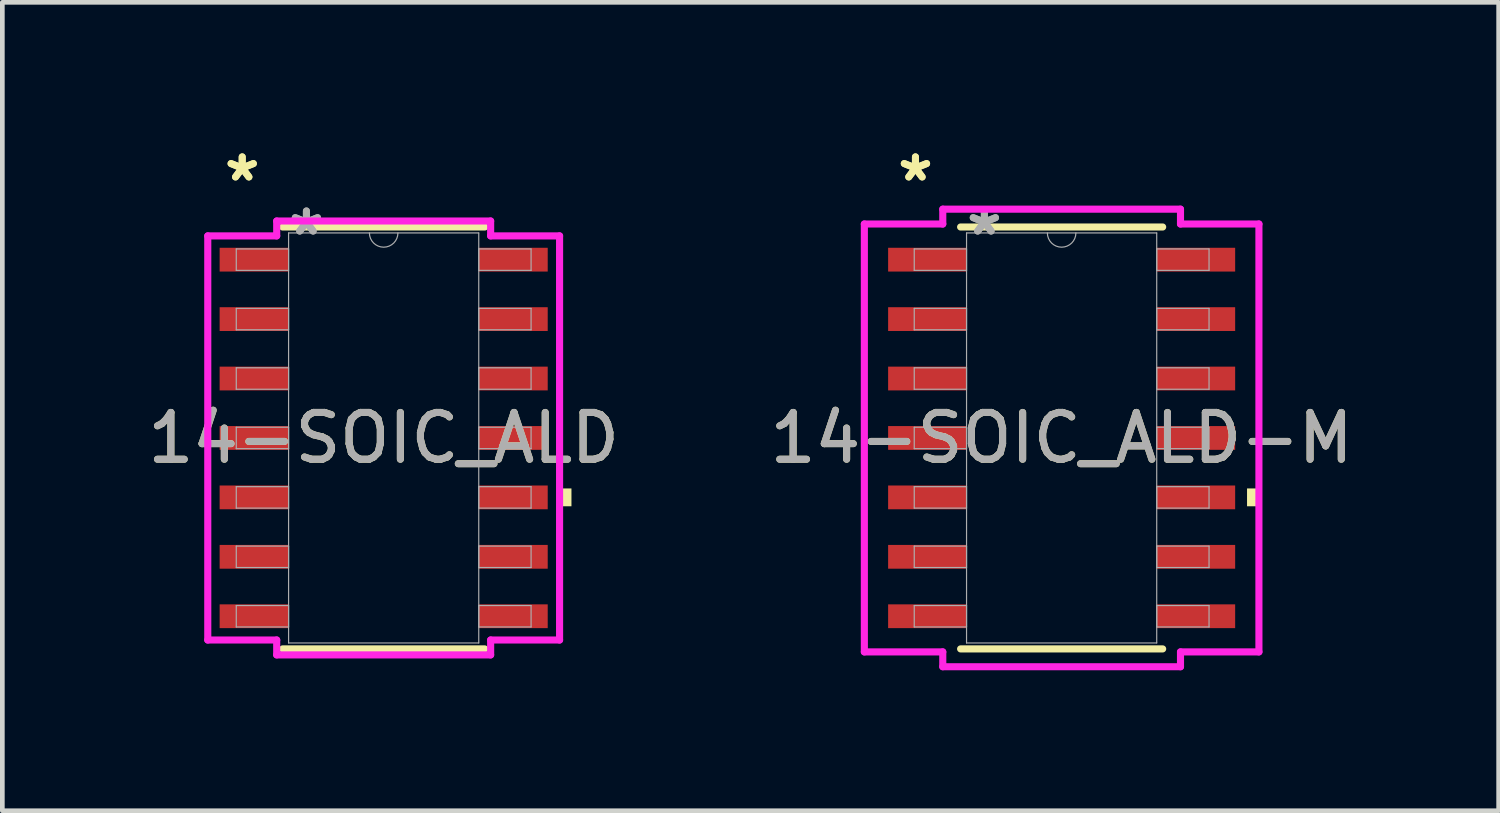
<source format=kicad_pcb>
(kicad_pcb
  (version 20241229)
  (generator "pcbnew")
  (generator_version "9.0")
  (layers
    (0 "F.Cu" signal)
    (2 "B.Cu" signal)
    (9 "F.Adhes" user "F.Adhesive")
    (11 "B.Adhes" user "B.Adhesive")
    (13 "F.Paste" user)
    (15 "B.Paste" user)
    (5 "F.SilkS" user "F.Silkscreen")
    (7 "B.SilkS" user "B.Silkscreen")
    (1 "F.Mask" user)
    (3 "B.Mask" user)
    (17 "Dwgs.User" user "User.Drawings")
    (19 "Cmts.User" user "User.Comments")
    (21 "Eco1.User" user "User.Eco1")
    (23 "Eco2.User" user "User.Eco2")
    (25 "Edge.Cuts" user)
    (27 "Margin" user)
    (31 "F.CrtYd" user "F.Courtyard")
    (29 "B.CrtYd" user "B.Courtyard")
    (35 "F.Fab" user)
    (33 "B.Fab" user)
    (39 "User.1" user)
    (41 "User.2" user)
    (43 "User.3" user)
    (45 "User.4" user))
  (footprint "14-SOIC_ALD"
    (layer "F.Cu")
    (at 5.149 6.309)
    (property "Reference" "14-SOIC_ALD" (at 0 0 0) (unlocked yes) (layer "F.SilkS") (effects (font (size 1 1) (thickness 0.15))))
    (attr smd)
    (fp_line (start -2.159 4.508) (end 2.159 4.508) (stroke (width 0.152) (type solid)) (layer "F.SilkS"))
    (fp_line (start 2.159 -4.508) (end -2.159 -4.508) (stroke (width 0.152) (type solid)) (layer "F.SilkS"))
    (fp_poly (pts (xy 4.013 1.079) (xy 4.013 1.46) (xy 3.759 1.46) (xy 3.759 1.079)) (stroke (width 0) (type solid)) (fill yes) (layer "F.SilkS"))
    (fp_line (start -3.759 -4.318) (end -2.286 -4.318) (stroke (width 0.152) (type solid)) (layer "F.CrtYd"))
    (fp_line (start -3.759 4.318) (end -3.759 -4.318) (stroke (width 0.152) (type solid)) (layer "F.CrtYd"))
    (fp_line (start -3.759 4.318) (end -2.286 4.318) (stroke (width 0.152) (type solid)) (layer "F.CrtYd"))
    (fp_line (start -2.286 -4.636) (end 2.286 -4.636) (stroke (width 0.152) (type solid)) (layer "F.CrtYd"))
    (fp_line (start -2.286 -4.318) (end -2.286 -4.636) (stroke (width 0.152) (type solid)) (layer "F.CrtYd"))
    (fp_line (start -2.286 4.636) (end -2.286 4.318) (stroke (width 0.152) (type solid)) (layer "F.CrtYd"))
    (fp_line (start 2.286 -4.636) (end 2.286 -4.318) (stroke (width 0.152) (type solid)) (layer "F.CrtYd"))
    (fp_line (start 2.286 4.318) (end 2.286 4.636) (stroke (width 0.152) (type solid)) (layer "F.CrtYd"))
    (fp_line (start 2.286 4.636) (end -2.286 4.636) (stroke (width 0.152) (type solid)) (layer "F.CrtYd"))
    (fp_line (start 3.759 -4.318) (end 2.286 -4.318) (stroke (width 0.152) (type solid)) (layer "F.CrtYd"))
    (fp_line (start 3.759 -4.318) (end 3.759 4.318) (stroke (width 0.152) (type solid)) (layer "F.CrtYd"))
    (fp_line (start 3.759 4.318) (end 2.286 4.318) (stroke (width 0.152) (type solid)) (layer "F.CrtYd"))
    (fp_line (start -3.15 -4.039) (end -3.15 -3.581) (stroke (width 0.025) (type solid)) (layer "F.Fab"))
    (fp_line (start -3.15 -3.581) (end -2.032 -3.581) (stroke (width 0.025) (type solid)) (layer "F.Fab"))
    (fp_line (start -3.15 -2.769) (end -3.15 -2.311) (stroke (width 0.025) (type solid)) (layer "F.Fab"))
    (fp_line (start -3.15 -2.311) (end -2.032 -2.311) (stroke (width 0.025) (type solid)) (layer "F.Fab"))
    (fp_line (start -3.15 -1.499) (end -3.15 -1.041) (stroke (width 0.025) (type solid)) (layer "F.Fab"))
    (fp_line (start -3.15 -1.041) (end -2.032 -1.041) (stroke (width 0.025) (type solid)) (layer "F.Fab"))
    (fp_line (start -3.15 -0.229) (end -3.15 0.229) (stroke (width 0.025) (type solid)) (layer "F.Fab"))
    (fp_line (start -3.15 0.229) (end -2.032 0.229) (stroke (width 0.025) (type solid)) (layer "F.Fab"))
    (fp_line (start -3.15 1.041) (end -3.15 1.499) (stroke (width 0.025) (type solid)) (layer "F.Fab"))
    (fp_line (start -3.15 1.499) (end -2.032 1.499) (stroke (width 0.025) (type solid)) (layer "F.Fab"))
    (fp_line (start -3.15 2.311) (end -3.15 2.769) (stroke (width 0.025) (type solid)) (layer "F.Fab"))
    (fp_line (start -3.15 2.769) (end -2.032 2.769) (stroke (width 0.025) (type solid)) (layer "F.Fab"))
    (fp_line (start -3.15 3.581) (end -3.15 4.039) (stroke (width 0.025) (type solid)) (layer "F.Fab"))
    (fp_line (start -3.15 4.039) (end -2.032 4.039) (stroke (width 0.025) (type solid)) (layer "F.Fab"))
    (fp_line (start -2.032 -4.381) (end -2.032 4.381) (stroke (width 0.025) (type solid)) (layer "F.Fab"))
    (fp_line (start -2.032 -4.039) (end -3.15 -4.039) (stroke (width 0.025) (type solid)) (layer "F.Fab"))
    (fp_line (start -2.032 -3.581) (end -2.032 -4.039) (stroke (width 0.025) (type solid)) (layer "F.Fab"))
    (fp_line (start -2.032 -2.769) (end -3.15 -2.769) (stroke (width 0.025) (type solid)) (layer "F.Fab"))
    (fp_line (start -2.032 -2.311) (end -2.032 -2.769) (stroke (width 0.025) (type solid)) (layer "F.Fab"))
    (fp_line (start -2.032 -1.499) (end -3.15 -1.499) (stroke (width 0.025) (type solid)) (layer "F.Fab"))
    (fp_line (start -2.032 -1.041) (end -2.032 -1.499) (stroke (width 0.025) (type solid)) (layer "F.Fab"))
    (fp_line (start -2.032 -0.229) (end -3.15 -0.229) (stroke (width 0.025) (type solid)) (layer "F.Fab"))
    (fp_line (start -2.032 0.229) (end -2.032 -0.229) (stroke (width 0.025) (type solid)) (layer "F.Fab"))
    (fp_line (start -2.032 1.041) (end -3.15 1.041) (stroke (width 0.025) (type solid)) (layer "F.Fab"))
    (fp_line (start -2.032 1.499) (end -2.032 1.041) (stroke (width 0.025) (type solid)) (layer "F.Fab"))
    (fp_line (start -2.032 2.311) (end -3.15 2.311) (stroke (width 0.025) (type solid)) (layer "F.Fab"))
    (fp_line (start -2.032 2.769) (end -2.032 2.311) (stroke (width 0.025) (type solid)) (layer "F.Fab"))
    (fp_line (start -2.032 3.581) (end -3.15 3.581) (stroke (width 0.025) (type solid)) (layer "F.Fab"))
    (fp_line (start -2.032 4.039) (end -2.032 3.581) (stroke (width 0.025) (type solid)) (layer "F.Fab"))
    (fp_line (start -2.032 4.381) (end 2.032 4.381) (stroke (width 0.025) (type solid)) (layer "F.Fab"))
    (fp_line (start 2.032 -4.381) (end -2.032 -4.381) (stroke (width 0.025) (type solid)) (layer "F.Fab"))
    (fp_line (start 2.032 -4.039) (end 2.032 -3.581) (stroke (width 0.025) (type solid)) (layer "F.Fab"))
    (fp_line (start 2.032 -3.581) (end 3.15 -3.581) (stroke (width 0.025) (type solid)) (layer "F.Fab"))
    (fp_line (start 2.032 -2.769) (end 2.032 -2.311) (stroke (width 0.025) (type solid)) (layer "F.Fab"))
    (fp_line (start 2.032 -2.311) (end 3.15 -2.311) (stroke (width 0.025) (type solid)) (layer "F.Fab"))
    (fp_line (start 2.032 -1.499) (end 2.032 -1.041) (stroke (width 0.025) (type solid)) (layer "F.Fab"))
    (fp_line (start 2.032 -1.041) (end 3.15 -1.041) (stroke (width 0.025) (type solid)) (layer "F.Fab"))
    (fp_line (start 2.032 -0.229) (end 2.032 0.229) (stroke (width 0.025) (type solid)) (layer "F.Fab"))
    (fp_line (start 2.032 0.229) (end 3.15 0.229) (stroke (width 0.025) (type solid)) (layer "F.Fab"))
    (fp_line (start 2.032 1.041) (end 2.032 1.499) (stroke (width 0.025) (type solid)) (layer "F.Fab"))
    (fp_line (start 2.032 1.499) (end 3.15 1.499) (stroke (width 0.025) (type solid)) (layer "F.Fab"))
    (fp_line (start 2.032 2.311) (end 2.032 2.769) (stroke (width 0.025) (type solid)) (layer "F.Fab"))
    (fp_line (start 2.032 2.769) (end 3.15 2.769) (stroke (width 0.025) (type solid)) (layer "F.Fab"))
    (fp_line (start 2.032 3.581) (end 2.032 4.039) (stroke (width 0.025) (type solid)) (layer "F.Fab"))
    (fp_line (start 2.032 4.039) (end 3.15 4.039) (stroke (width 0.025) (type solid)) (layer "F.Fab"))
    (fp_line (start 2.032 4.381) (end 2.032 -4.381) (stroke (width 0.025) (type solid)) (layer "F.Fab"))
    (fp_line (start 3.15 -4.039) (end 2.032 -4.039) (stroke (width 0.025) (type solid)) (layer "F.Fab"))
    (fp_line (start 3.15 -3.581) (end 3.15 -4.039) (stroke (width 0.025) (type solid)) (layer "F.Fab"))
    (fp_line (start 3.15 -2.769) (end 2.032 -2.769) (stroke (width 0.025) (type solid)) (layer "F.Fab"))
    (fp_line (start 3.15 -2.311) (end 3.15 -2.769) (stroke (width 0.025) (type solid)) (layer "F.Fab"))
    (fp_line (start 3.15 -1.499) (end 2.032 -1.499) (stroke (width 0.025) (type solid)) (layer "F.Fab"))
    (fp_line (start 3.15 -1.041) (end 3.15 -1.499) (stroke (width 0.025) (type solid)) (layer "F.Fab"))
    (fp_line (start 3.15 -0.229) (end 2.032 -0.229) (stroke (width 0.025) (type solid)) (layer "F.Fab"))
    (fp_line (start 3.15 0.229) (end 3.15 -0.229) (stroke (width 0.025) (type solid)) (layer "F.Fab"))
    (fp_line (start 3.15 1.041) (end 2.032 1.041) (stroke (width 0.025) (type solid)) (layer "F.Fab"))
    (fp_line (start 3.15 1.499) (end 3.15 1.041) (stroke (width 0.025) (type solid)) (layer "F.Fab"))
    (fp_line (start 3.15 2.311) (end 2.032 2.311) (stroke (width 0.025) (type solid)) (layer "F.Fab"))
    (fp_line (start 3.15 2.769) (end 3.15 2.311) (stroke (width 0.025) (type solid)) (layer "F.Fab"))
    (fp_line (start 3.15 3.581) (end 2.032 3.581) (stroke (width 0.025) (type solid)) (layer "F.Fab"))
    (fp_line (start 3.15 4.039) (end 3.15 3.581) (stroke (width 0.025) (type solid)) (layer "F.Fab"))
    (fp_arc (start 0.3048 -4.3815) (mid 0 -4.0767) (end -0.3048 -4.3815) (stroke (width 0.0254) (type solid)) (layer "F.Fab"))
    (fp_text user "*" (at -3.023 -5.461 0) (layer "F.SilkS") (effects (font (size 1 1) (thickness 0.15))))
    (fp_text user "*" (at -3.023 -5.461 0) (unlocked yes) (layer "F.SilkS") (effects (font (size 1 1) (thickness 0.15))))
    (fp_text user "*" (at -1.651 -4.305 0) (unlocked yes) (layer "F.Fab") (effects (font (size 1 1) (thickness 0.15))))
    (fp_text user "${REFERENCE}" (at 0 0 0) (unlocked yes) (layer "F.Fab") (effects (font (size 1 1) (thickness 0.15))))
    (fp_text user "*" (at -1.651 -4.305 0) (layer "F.Fab") (effects (font (size 1 1) (thickness 0.15))))
    (pad "1" smd rect (at -2.769 -3.81) (size 1.473 0.508) (layers "F.Cu" "F.Mask" "F.Paste"))
    (pad "2" smd rect (at -2.769 -2.54) (size 1.473 0.508) (layers "F.Cu" "F.Mask" "F.Paste"))
    (pad "3" smd rect (at -2.769 -1.27) (size 1.473 0.508) (layers "F.Cu" "F.Mask" "F.Paste"))
    (pad "4" smd rect (at -2.769 0) (size 1.473 0.508) (layers "F.Cu" "F.Mask" "F.Paste"))
    (pad "5" smd rect (at -2.769 1.27) (size 1.473 0.508) (layers "F.Cu" "F.Mask" "F.Paste"))
    (pad "6" smd rect (at -2.769 2.54) (size 1.473 0.508) (layers "F.Cu" "F.Mask" "F.Paste"))
    (pad "7" smd rect (at -2.769 3.81) (size 1.473 0.508) (layers "F.Cu" "F.Mask" "F.Paste"))
    (pad "8" smd rect (at 2.769 3.81) (size 1.473 0.508) (layers "F.Cu" "F.Mask" "F.Paste"))
    (pad "9" smd rect (at 2.769 2.54) (size 1.473 0.508) (layers "F.Cu" "F.Mask" "F.Paste"))
    (pad "10" smd rect (at 2.769 1.27) (size 1.473 0.508) (layers "F.Cu" "F.Mask" "F.Paste"))
    (pad "11" smd rect (at 2.769 0) (size 1.473 0.508) (layers "F.Cu" "F.Mask" "F.Paste"))
    (pad "12" smd rect (at 2.769 -1.27) (size 1.473 0.508) (layers "F.Cu" "F.Mask" "F.Paste"))
    (pad "13" smd rect (at 2.769 -2.54) (size 1.473 0.508) (layers "F.Cu" "F.Mask" "F.Paste"))
    (pad "14" smd rect (at 2.769 -3.81) (size 1.473 0.508) (layers "F.Cu" "F.Mask" "F.Paste")))
  (footprint "14-SOIC_ALD-M"
    (layer "F.Cu")
    (at 19.637 6.309)
    (property "Reference" "14-SOIC_ALD-M" (at 0 0 0) (unlocked yes) (layer "F.SilkS") (effects (font (size 1 1) (thickness 0.15))))
    (attr smd)
    (fp_line (start -2.159 4.508) (end 2.159 4.508) (stroke (width 0.152) (type solid)) (layer "F.SilkS"))
    (fp_line (start 2.159 -4.508) (end -2.159 -4.508) (stroke (width 0.152) (type solid)) (layer "F.SilkS"))
    (fp_poly (pts (xy 4.216 1.079) (xy 4.216 1.46) (xy 3.962 1.46) (xy 3.962 1.079)) (stroke (width 0) (type solid)) (fill yes) (layer "F.SilkS"))
    (fp_line (start -4.216 -4.572) (end -2.54 -4.572) (stroke (width 0.152) (type solid)) (layer "F.CrtYd"))
    (fp_line (start -4.216 4.572) (end -4.216 -4.572) (stroke (width 0.152) (type solid)) (layer "F.CrtYd"))
    (fp_line (start -4.216 4.572) (end -2.54 4.572) (stroke (width 0.152) (type solid)) (layer "F.CrtYd"))
    (fp_line (start -2.54 -4.889) (end 2.54 -4.889) (stroke (width 0.152) (type solid)) (layer "F.CrtYd"))
    (fp_line (start -2.54 -4.572) (end -2.54 -4.889) (stroke (width 0.152) (type solid)) (layer "F.CrtYd"))
    (fp_line (start -2.54 4.889) (end -2.54 4.572) (stroke (width 0.152) (type solid)) (layer "F.CrtYd"))
    (fp_line (start 2.54 -4.889) (end 2.54 -4.572) (stroke (width 0.152) (type solid)) (layer "F.CrtYd"))
    (fp_line (start 2.54 4.572) (end 2.54 4.889) (stroke (width 0.152) (type solid)) (layer "F.CrtYd"))
    (fp_line (start 2.54 4.889) (end -2.54 4.889) (stroke (width 0.152) (type solid)) (layer "F.CrtYd"))
    (fp_line (start 4.216 -4.572) (end 2.54 -4.572) (stroke (width 0.152) (type solid)) (layer "F.CrtYd"))
    (fp_line (start 4.216 -4.572) (end 4.216 4.572) (stroke (width 0.152) (type solid)) (layer "F.CrtYd"))
    (fp_line (start 4.216 4.572) (end 2.54 4.572) (stroke (width 0.152) (type solid)) (layer "F.CrtYd"))
    (fp_line (start -3.15 -4.039) (end -3.15 -3.581) (stroke (width 0.025) (type solid)) (layer "F.Fab"))
    (fp_line (start -3.15 -3.581) (end -2.032 -3.581) (stroke (width 0.025) (type solid)) (layer "F.Fab"))
    (fp_line (start -3.15 -2.769) (end -3.15 -2.311) (stroke (width 0.025) (type solid)) (layer "F.Fab"))
    (fp_line (start -3.15 -2.311) (end -2.032 -2.311) (stroke (width 0.025) (type solid)) (layer "F.Fab"))
    (fp_line (start -3.15 -1.499) (end -3.15 -1.041) (stroke (width 0.025) (type solid)) (layer "F.Fab"))
    (fp_line (start -3.15 -1.041) (end -2.032 -1.041) (stroke (width 0.025) (type solid)) (layer "F.Fab"))
    (fp_line (start -3.15 -0.229) (end -3.15 0.229) (stroke (width 0.025) (type solid)) (layer "F.Fab"))
    (fp_line (start -3.15 0.229) (end -2.032 0.229) (stroke (width 0.025) (type solid)) (layer "F.Fab"))
    (fp_line (start -3.15 1.041) (end -3.15 1.499) (stroke (width 0.025) (type solid)) (layer "F.Fab"))
    (fp_line (start -3.15 1.499) (end -2.032 1.499) (stroke (width 0.025) (type solid)) (layer "F.Fab"))
    (fp_line (start -3.15 2.311) (end -3.15 2.769) (stroke (width 0.025) (type solid)) (layer "F.Fab"))
    (fp_line (start -3.15 2.769) (end -2.032 2.769) (stroke (width 0.025) (type solid)) (layer "F.Fab"))
    (fp_line (start -3.15 3.581) (end -3.15 4.039) (stroke (width 0.025) (type solid)) (layer "F.Fab"))
    (fp_line (start -3.15 4.039) (end -2.032 4.039) (stroke (width 0.025) (type solid)) (layer "F.Fab"))
    (fp_line (start -2.032 -4.381) (end -2.032 4.381) (stroke (width 0.025) (type solid)) (layer "F.Fab"))
    (fp_line (start -2.032 -4.039) (end -3.15 -4.039) (stroke (width 0.025) (type solid)) (layer "F.Fab"))
    (fp_line (start -2.032 -3.581) (end -2.032 -4.039) (stroke (width 0.025) (type solid)) (layer "F.Fab"))
    (fp_line (start -2.032 -2.769) (end -3.15 -2.769) (stroke (width 0.025) (type solid)) (layer "F.Fab"))
    (fp_line (start -2.032 -2.311) (end -2.032 -2.769) (stroke (width 0.025) (type solid)) (layer "F.Fab"))
    (fp_line (start -2.032 -1.499) (end -3.15 -1.499) (stroke (width 0.025) (type solid)) (layer "F.Fab"))
    (fp_line (start -2.032 -1.041) (end -2.032 -1.499) (stroke (width 0.025) (type solid)) (layer "F.Fab"))
    (fp_line (start -2.032 -0.229) (end -3.15 -0.229) (stroke (width 0.025) (type solid)) (layer "F.Fab"))
    (fp_line (start -2.032 0.229) (end -2.032 -0.229) (stroke (width 0.025) (type solid)) (layer "F.Fab"))
    (fp_line (start -2.032 1.041) (end -3.15 1.041) (stroke (width 0.025) (type solid)) (layer "F.Fab"))
    (fp_line (start -2.032 1.499) (end -2.032 1.041) (stroke (width 0.025) (type solid)) (layer "F.Fab"))
    (fp_line (start -2.032 2.311) (end -3.15 2.311) (stroke (width 0.025) (type solid)) (layer "F.Fab"))
    (fp_line (start -2.032 2.769) (end -2.032 2.311) (stroke (width 0.025) (type solid)) (layer "F.Fab"))
    (fp_line (start -2.032 3.581) (end -3.15 3.581) (stroke (width 0.025) (type solid)) (layer "F.Fab"))
    (fp_line (start -2.032 4.039) (end -2.032 3.581) (stroke (width 0.025) (type solid)) (layer "F.Fab"))
    (fp_line (start -2.032 4.381) (end 2.032 4.381) (stroke (width 0.025) (type solid)) (layer "F.Fab"))
    (fp_line (start 2.032 -4.381) (end -2.032 -4.381) (stroke (width 0.025) (type solid)) (layer "F.Fab"))
    (fp_line (start 2.032 -4.039) (end 2.032 -3.581) (stroke (width 0.025) (type solid)) (layer "F.Fab"))
    (fp_line (start 2.032 -3.581) (end 3.15 -3.581) (stroke (width 0.025) (type solid)) (layer "F.Fab"))
    (fp_line (start 2.032 -2.769) (end 2.032 -2.311) (stroke (width 0.025) (type solid)) (layer "F.Fab"))
    (fp_line (start 2.032 -2.311) (end 3.15 -2.311) (stroke (width 0.025) (type solid)) (layer "F.Fab"))
    (fp_line (start 2.032 -1.499) (end 2.032 -1.041) (stroke (width 0.025) (type solid)) (layer "F.Fab"))
    (fp_line (start 2.032 -1.041) (end 3.15 -1.041) (stroke (width 0.025) (type solid)) (layer "F.Fab"))
    (fp_line (start 2.032 -0.229) (end 2.032 0.229) (stroke (width 0.025) (type solid)) (layer "F.Fab"))
    (fp_line (start 2.032 0.229) (end 3.15 0.229) (stroke (width 0.025) (type solid)) (layer "F.Fab"))
    (fp_line (start 2.032 1.041) (end 2.032 1.499) (stroke (width 0.025) (type solid)) (layer "F.Fab"))
    (fp_line (start 2.032 1.499) (end 3.15 1.499) (stroke (width 0.025) (type solid)) (layer "F.Fab"))
    (fp_line (start 2.032 2.311) (end 2.032 2.769) (stroke (width 0.025) (type solid)) (layer "F.Fab"))
    (fp_line (start 2.032 2.769) (end 3.15 2.769) (stroke (width 0.025) (type solid)) (layer "F.Fab"))
    (fp_line (start 2.032 3.581) (end 2.032 4.039) (stroke (width 0.025) (type solid)) (layer "F.Fab"))
    (fp_line (start 2.032 4.039) (end 3.15 4.039) (stroke (width 0.025) (type solid)) (layer "F.Fab"))
    (fp_line (start 2.032 4.381) (end 2.032 -4.381) (stroke (width 0.025) (type solid)) (layer "F.Fab"))
    (fp_line (start 3.15 -4.039) (end 2.032 -4.039) (stroke (width 0.025) (type solid)) (layer "F.Fab"))
    (fp_line (start 3.15 -3.581) (end 3.15 -4.039) (stroke (width 0.025) (type solid)) (layer "F.Fab"))
    (fp_line (start 3.15 -2.769) (end 2.032 -2.769) (stroke (width 0.025) (type solid)) (layer "F.Fab"))
    (fp_line (start 3.15 -2.311) (end 3.15 -2.769) (stroke (width 0.025) (type solid)) (layer "F.Fab"))
    (fp_line (start 3.15 -1.499) (end 2.032 -1.499) (stroke (width 0.025) (type solid)) (layer "F.Fab"))
    (fp_line (start 3.15 -1.041) (end 3.15 -1.499) (stroke (width 0.025) (type solid)) (layer "F.Fab"))
    (fp_line (start 3.15 -0.229) (end 2.032 -0.229) (stroke (width 0.025) (type solid)) (layer "F.Fab"))
    (fp_line (start 3.15 0.229) (end 3.15 -0.229) (stroke (width 0.025) (type solid)) (layer "F.Fab"))
    (fp_line (start 3.15 1.041) (end 2.032 1.041) (stroke (width 0.025) (type solid)) (layer "F.Fab"))
    (fp_line (start 3.15 1.499) (end 3.15 1.041) (stroke (width 0.025) (type solid)) (layer "F.Fab"))
    (fp_line (start 3.15 2.311) (end 2.032 2.311) (stroke (width 0.025) (type solid)) (layer "F.Fab"))
    (fp_line (start 3.15 2.769) (end 3.15 2.311) (stroke (width 0.025) (type solid)) (layer "F.Fab"))
    (fp_line (start 3.15 3.581) (end 2.032 3.581) (stroke (width 0.025) (type solid)) (layer "F.Fab"))
    (fp_line (start 3.15 4.039) (end 3.15 3.581) (stroke (width 0.025) (type solid)) (layer "F.Fab"))
    (fp_arc (start 0.3048 -4.3815) (mid 0 -4.0767) (end -0.3048 -4.3815) (stroke (width 0.0254) (type solid)) (layer "F.Fab"))
    (fp_text user "*" (at -3.124 -5.461 0) (layer "F.SilkS") (effects (font (size 1 1) (thickness 0.15))))
    (fp_text user "*" (at -3.124 -5.461 0) (unlocked yes) (layer "F.SilkS") (effects (font (size 1 1) (thickness 0.15))))
    (fp_text user "*" (at -1.651 -4.305 0) (layer "F.Fab") (effects (font (size 1 1) (thickness 0.15))))
    (fp_text user "*" (at -1.651 -4.305 0) (unlocked yes) (layer "F.Fab") (effects (font (size 1 1) (thickness 0.15))))
    (fp_text user "${REFERENCE}" (at 0 0 0) (unlocked yes) (layer "F.Fab") (effects (font (size 1 1) (thickness 0.15))))
    (pad "1" smd rect (at -2.87 -3.81) (size 1.676 0.508) (layers "F.Cu" "F.Mask" "F.Paste"))
    (pad "2" smd rect (at -2.87 -2.54) (size 1.676 0.508) (layers "F.Cu" "F.Mask" "F.Paste"))
    (pad "3" smd rect (at -2.87 -1.27) (size 1.676 0.508) (layers "F.Cu" "F.Mask" "F.Paste"))
    (pad "4" smd rect (at -2.87 0) (size 1.676 0.508) (layers "F.Cu" "F.Mask" "F.Paste"))
    (pad "5" smd rect (at -2.87 1.27) (size 1.676 0.508) (layers "F.Cu" "F.Mask" "F.Paste"))
    (pad "6" smd rect (at -2.87 2.54) (size 1.676 0.508) (layers "F.Cu" "F.Mask" "F.Paste"))
    (pad "7" smd rect (at -2.87 3.81) (size 1.676 0.508) (layers "F.Cu" "F.Mask" "F.Paste"))
    (pad "8" smd rect (at 2.87 3.81) (size 1.676 0.508) (layers "F.Cu" "F.Mask" "F.Paste"))
    (pad "9" smd rect (at 2.87 2.54) (size 1.676 0.508) (layers "F.Cu" "F.Mask" "F.Paste"))
    (pad "10" smd rect (at 2.87 1.27) (size 1.676 0.508) (layers "F.Cu" "F.Mask" "F.Paste"))
    (pad "11" smd rect (at 2.87 0) (size 1.676 0.508) (layers "F.Cu" "F.Mask" "F.Paste"))
    (pad "12" smd rect (at 2.87 -1.27) (size 1.676 0.508) (layers "F.Cu" "F.Mask" "F.Paste"))
    (pad "13" smd rect (at 2.87 -2.54) (size 1.676 0.508) (layers "F.Cu" "F.Mask" "F.Paste"))
    (pad "14" smd rect (at 2.87 -3.81) (size 1.676 0.508) (layers "F.Cu" "F.Mask" "F.Paste")))
  (gr_rect
    (start -3 -3)
    (end 28.976 14.275)
    (stroke (width 0.1) (type default))
    (fill no)
    (layer "Edge.Cuts")))
</source>
